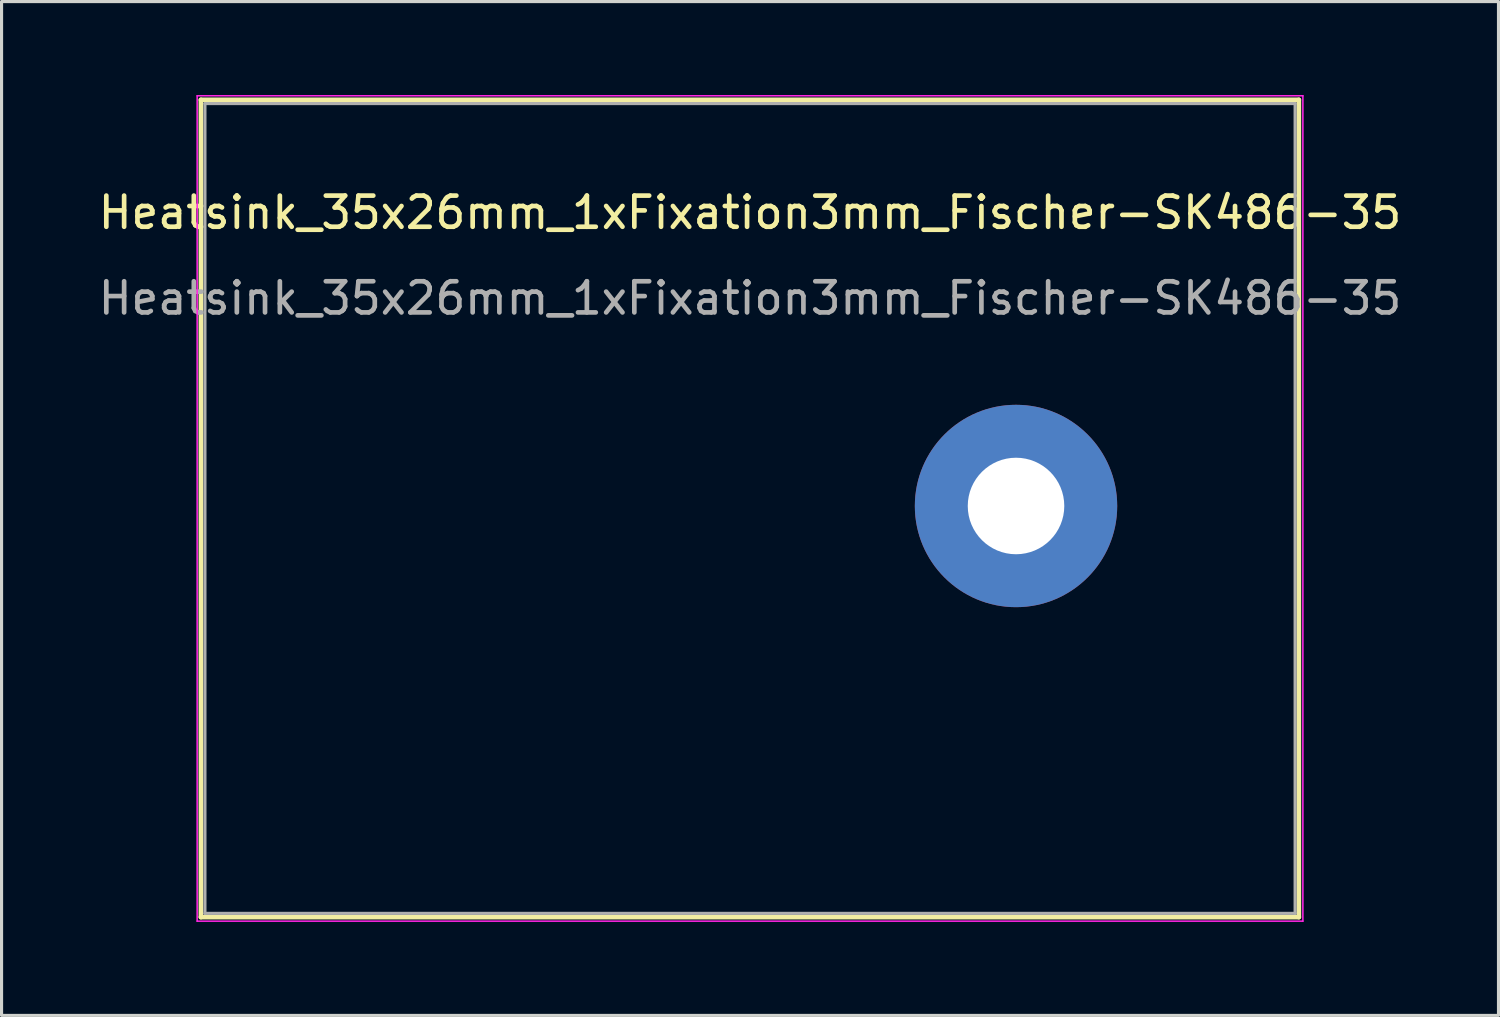
<source format=kicad_pcb>
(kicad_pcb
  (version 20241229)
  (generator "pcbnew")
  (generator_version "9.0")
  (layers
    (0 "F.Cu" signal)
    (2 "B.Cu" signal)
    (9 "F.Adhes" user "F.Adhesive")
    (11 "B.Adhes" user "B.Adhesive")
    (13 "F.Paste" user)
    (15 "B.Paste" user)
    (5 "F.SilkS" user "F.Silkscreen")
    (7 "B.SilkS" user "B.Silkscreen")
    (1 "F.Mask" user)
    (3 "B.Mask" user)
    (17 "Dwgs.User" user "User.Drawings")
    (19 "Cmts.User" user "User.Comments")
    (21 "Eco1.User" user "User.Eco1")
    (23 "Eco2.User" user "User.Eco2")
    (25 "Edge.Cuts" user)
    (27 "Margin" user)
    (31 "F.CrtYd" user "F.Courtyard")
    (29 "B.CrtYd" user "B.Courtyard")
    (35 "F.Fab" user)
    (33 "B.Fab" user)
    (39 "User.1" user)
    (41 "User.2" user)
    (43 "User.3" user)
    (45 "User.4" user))
  (footprint "Heatsink_35x26mm_1xFixation3mm_Fischer-SK486-35"
    (layer "F.Cu")
    (at 29.57 13.195)
    (property "Reference" "Heatsink_35x26mm_1xFixation3mm_Fischer-SK486-35" (at -8.54 -9.42 0) (layer "F.SilkS") (effects (font (size 1 1) (thickness 0.15))))
    (attr through_hole)
    (fp_line (start -26.17 -13.04) (end -26.17 13.2) (stroke (width 0.15) (type solid)) (layer "F.SilkS"))
    (fp_line (start -26.17 13.2) (end 9.08 13.2) (stroke (width 0.15) (type solid)) (layer "F.SilkS"))
    (fp_line (start 9.08 -13.04) (end -26.17 -13.04) (stroke (width 0.15) (type solid)) (layer "F.SilkS"))
    (fp_line (start 9.08 13.2) (end 9.08 -13.04) (stroke (width 0.15) (type solid)) (layer "F.SilkS"))
    (fp_line (start -26.29 -13.17) (end -26.29 13.33) (stroke (width 0.05) (type solid)) (layer "F.CrtYd"))
    (fp_line (start -26.29 -13.17) (end 9.21 -13.17) (stroke (width 0.05) (type solid)) (layer "F.CrtYd"))
    (fp_line (start 9.21 13.33) (end -26.29 13.33) (stroke (width 0.05) (type solid)) (layer "F.CrtYd"))
    (fp_line (start 9.21 13.33) (end 9.21 -13.17) (stroke (width 0.05) (type solid)) (layer "F.CrtYd"))
    (fp_line (start -26.04 -12.92) (end 8.96 -12.92) (stroke (width 0.1) (type solid)) (layer "F.Fab"))
    (fp_line (start -26.04 13.08) (end -26.04 -12.92) (stroke (width 0.1) (type solid)) (layer "F.Fab"))
    (fp_line (start 8.96 -12.92) (end 8.96 13.08) (stroke (width 0.1) (type solid)) (layer "F.Fab"))
    (fp_line (start 8.96 13.08) (end -26.04 13.08) (stroke (width 0.1) (type solid)) (layer "F.Fab"))
    (fp_text user "${REFERENCE}" (at -8.54 -6.67 0) (layer "F.Fab") (effects (font (size 1 1) (thickness 0.15))))
    (pad "1" thru_hole circle (at 0 0) (size 6.497 6.497) (drill 3.099) (layers "*.Cu" "*.Mask")))
  (gr_rect
    (start -3 -3)
    (end 45.06 29.55)
    (stroke (width 0.1) (type default))
    (fill no)
    (layer "Edge.Cuts")))
</source>
